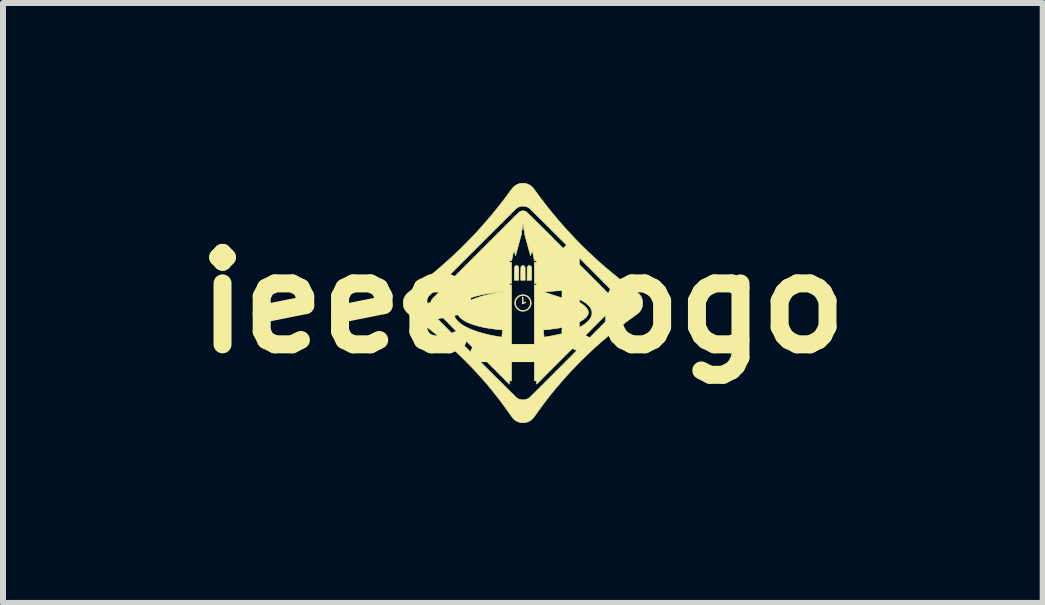
<source format=kicad_pcb>
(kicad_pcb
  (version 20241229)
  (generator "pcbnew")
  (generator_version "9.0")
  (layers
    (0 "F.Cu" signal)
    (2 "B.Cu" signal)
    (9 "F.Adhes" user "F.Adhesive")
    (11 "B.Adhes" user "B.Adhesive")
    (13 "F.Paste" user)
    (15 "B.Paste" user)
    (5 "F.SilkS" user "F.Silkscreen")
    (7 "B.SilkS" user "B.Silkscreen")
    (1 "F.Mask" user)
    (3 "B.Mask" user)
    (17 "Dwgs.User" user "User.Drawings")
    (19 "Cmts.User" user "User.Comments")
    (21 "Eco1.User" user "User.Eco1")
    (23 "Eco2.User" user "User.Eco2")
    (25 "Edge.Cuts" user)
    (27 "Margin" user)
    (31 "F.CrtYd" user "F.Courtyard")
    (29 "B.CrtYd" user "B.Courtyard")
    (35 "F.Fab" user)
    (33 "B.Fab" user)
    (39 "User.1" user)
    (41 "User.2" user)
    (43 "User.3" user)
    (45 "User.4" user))
  (footprint "ieee_logo"
    (layer "F.Cu")
    (at 5.668 2.002)
    (property "Reference" "ieee_logo" (at 0 0 0) (layer "F.SilkS") (effects (font (size 1.524 1.524) (thickness 0.3))))
    (attr through_hole)
    (fp_poly (pts (xy 0.003 -0.098) (xy 0.004 -0.05) (xy 0.005 -0.002) (xy 0.023 -0.009) (xy 0.032 -0.012) (xy 0.039 -0.015) (xy 0.043 -0.016) (xy 0.044 -0.016) (xy 0.046 -0.014) (xy 0.047 -0.01) (xy 0.048 -0.006) (xy 0.048 -0.005) (xy 0.045 -0.004) (xy 0.04 -0.002) (xy 0.031 0.001) (xy 0.021 0.005) (xy 0.019 0.005) (xy -0.009 0.016) (xy -0.009 -0.1) (xy 0.003 -0.098)) (stroke (width 0.01) (type solid)) (fill yes) (layer "F.SilkS"))
    (fp_poly (pts (xy 0.007 -0.624) (xy 0.018 -0.62) (xy 0.027 -0.613) (xy 0.032 -0.605) (xy 0.038 -0.595) (xy 0.039 -0.379) (xy -0.035 -0.379) (xy -0.035 -0.483) (xy -0.035 -0.513) (xy -0.034 -0.538) (xy -0.034 -0.559) (xy -0.034 -0.576) (xy -0.033 -0.588) (xy -0.032 -0.595) (xy -0.032 -0.597) (xy -0.028 -0.606) (xy -0.02 -0.615) (xy -0.011 -0.622) (xy -0.004 -0.624) (xy 0.007 -0.624)) (stroke (width 0.01) (type solid)) (fill yes) (layer "F.SilkS"))
    (fp_poly (pts (xy 0.118 -0.623) (xy 0.128 -0.618) (xy 0.131 -0.616) (xy 0.134 -0.613) (xy 0.137 -0.61) (xy 0.139 -0.607) (xy 0.141 -0.602) (xy 0.142 -0.596) (xy 0.143 -0.589) (xy 0.144 -0.58) (xy 0.145 -0.568) (xy 0.145 -0.553) (xy 0.145 -0.535) (xy 0.145 -0.513) (xy 0.145 -0.486) (xy 0.145 -0.379) (xy 0.071 -0.379) (xy 0.073 -0.595) (xy 0.079 -0.605) (xy 0.086 -0.615) (xy 0.096 -0.622) (xy 0.107 -0.624) (xy 0.118 -0.623)) (stroke (width 0.01) (type solid)) (fill yes) (layer "F.SilkS"))
    (fp_poly (pts (xy -0.096 -0.623) (xy -0.086 -0.617) (xy -0.084 -0.616) (xy -0.081 -0.613) (xy -0.078 -0.61) (xy -0.076 -0.607) (xy -0.074 -0.603) (xy -0.072 -0.599) (xy -0.071 -0.592) (xy -0.07 -0.584) (xy -0.07 -0.574) (xy -0.07 -0.56) (xy -0.069 -0.544) (xy -0.069 -0.524) (xy -0.069 -0.5) (xy -0.069 -0.379) (xy -0.141 -0.379) (xy -0.141 -0.485) (xy -0.141 -0.511) (xy -0.141 -0.533) (xy -0.141 -0.551) (xy -0.14 -0.566) (xy -0.14 -0.578) (xy -0.139 -0.587) (xy -0.138 -0.594) (xy -0.137 -0.6) (xy -0.136 -0.604) (xy -0.134 -0.608) (xy -0.131 -0.611) (xy -0.128 -0.614) (xy -0.128 -0.615) (xy -0.118 -0.622) (xy -0.107 -0.625) (xy -0.096 -0.623)) (stroke (width 0.01) (type solid)) (fill yes) (layer "F.SilkS"))
    (fp_poly (pts (xy 0.035 -0.134) (xy 0.059 -0.126) (xy 0.08 -0.114) (xy 0.099 -0.098) (xy 0.115 -0.079) (xy 0.127 -0.057) (xy 0.133 -0.042) (xy 0.138 -0.021) (xy 0.14 0.002) (xy 0.138 0.024) (xy 0.133 0.042) (xy 0.123 0.066) (xy 0.109 0.087) (xy 0.092 0.105) (xy 0.072 0.119) (xy 0.05 0.129) (xy 0.026 0.135) (xy 0.007 0.138) (xy -0.01 0.137) (xy -0.026 0.136) (xy -0.028 0.135) (xy -0.051 0.128) (xy -0.072 0.116) (xy -0.092 0.1) (xy -0.095 0.097) (xy -0.109 0.081) (xy -0.12 0.064) (xy -0.128 0.046) (xy -0.132 0.033) (xy -0.136 0.009) (xy -0.135 -0.003) (xy -0.123 -0.003) (xy -0.122 0.02) (xy -0.116 0.041) (xy -0.107 0.061) (xy -0.104 0.066) (xy -0.089 0.085) (xy -0.072 0.101) (xy -0.053 0.113) (xy -0.032 0.121) (xy -0.028 0.122) (xy -0.018 0.124) (xy -0.005 0.124) (xy 0.009 0.124) (xy 0.022 0.123) (xy 0.032 0.122) (xy 0.035 0.121) (xy 0.056 0.113) (xy 0.075 0.101) (xy 0.092 0.086) (xy 0.106 0.069) (xy 0.113 0.059) (xy 0.122 0.037) (xy 0.126 0.015) (xy 0.127 -0.008) (xy 0.124 -0.029) (xy 0.117 -0.05) (xy 0.106 -0.069) (xy 0.092 -0.086) (xy 0.075 -0.101) (xy 0.055 -0.113) (xy 0.034 -0.121) (xy 0.02 -0.124) (xy 0.003 -0.125) (xy -0.014 -0.124) (xy -0.03 -0.121) (xy -0.043 -0.117) (xy -0.065 -0.106) (xy -0.083 -0.092) (xy -0.099 -0.073) (xy -0.104 -0.066) (xy -0.114 -0.046) (xy -0.121 -0.025) (xy -0.123 -0.003) (xy -0.135 -0.003) (xy -0.135 -0.015) (xy -0.13 -0.04) (xy -0.121 -0.063) (xy -0.12 -0.065) (xy -0.111 -0.079) (xy -0.098 -0.094) (xy -0.084 -0.107) (xy -0.069 -0.118) (xy -0.06 -0.123) (xy -0.037 -0.132) (xy -0.014 -0.137) (xy 0.009 -0.138) (xy 0.035 -0.134)) (stroke (width 0.01) (type solid)) (fill yes) (layer "F.SilkS"))
    (fp_poly (pts (xy 0.034 -1.994) (xy 0.063 -1.988) (xy 0.092 -1.977) (xy 0.119 -1.963) (xy 0.145 -1.945) (xy 0.155 -1.935) (xy 0.161 -1.929) (xy 0.169 -1.92) (xy 0.178 -1.908) (xy 0.188 -1.895) (xy 0.199 -1.881) (xy 0.202 -1.877) (xy 0.293 -1.753) (xy 0.384 -1.634) (xy 0.477 -1.518) (xy 0.571 -1.404) (xy 0.667 -1.293) (xy 0.766 -1.184) (xy 0.868 -1.075) (xy 0.949 -0.992) (xy 1.078 -0.865) (xy 1.21 -0.741) (xy 1.344 -0.621) (xy 1.482 -0.505) (xy 1.622 -0.391) (xy 1.766 -0.281) (xy 1.848 -0.221) (xy 1.87 -0.205) (xy 1.889 -0.191) (xy 1.905 -0.179) (xy 1.917 -0.168) (xy 1.928 -0.159) (xy 1.937 -0.151) (xy 1.944 -0.144) (xy 1.951 -0.136) (xy 1.957 -0.128) (xy 1.957 -0.128) (xy 1.974 -0.101) (xy 1.986 -0.073) (xy 1.994 -0.043) (xy 1.998 -0.011) (xy 1.998 0.006) (xy 1.996 0.037) (xy 1.99 0.065) (xy 1.98 0.093) (xy 1.966 0.119) (xy 1.962 0.127) (xy 1.955 0.137) (xy 1.948 0.146) (xy 1.939 0.155) (xy 1.929 0.165) (xy 1.917 0.175) (xy 1.902 0.187) (xy 1.885 0.2) (xy 1.864 0.214) (xy 1.856 0.22) (xy 1.715 0.322) (xy 1.576 0.427) (xy 1.44 0.536) (xy 1.307 0.649) (xy 1.177 0.765) (xy 1.05 0.884) (xy 0.926 1.007) (xy 0.805 1.133) (xy 0.688 1.262) (xy 0.574 1.394) (xy 0.463 1.529) (xy 0.356 1.667) (xy 0.253 1.807) (xy 0.218 1.857) (xy 0.202 1.88) (xy 0.187 1.899) (xy 0.174 1.916) (xy 0.162 1.93) (xy 0.15 1.941) (xy 0.139 1.951) (xy 0.127 1.96) (xy 0.115 1.967) (xy 0.102 1.974) (xy 0.098 1.976) (xy 0.075 1.985) (xy 0.05 1.991) (xy 0.023 1.995) (xy -0.002 1.997) (xy -0.026 1.995) (xy -0.03 1.995) (xy -0.047 1.991) (xy -0.066 1.986) (xy -0.085 1.978) (xy -0.102 1.971) (xy -0.114 1.964) (xy -0.128 1.955) (xy -0.141 1.944) (xy -0.154 1.932) (xy -0.167 1.917) (xy -0.181 1.899) (xy -0.197 1.878) (xy -0.201 1.872) (xy -0.293 1.743) (xy -0.386 1.617) (xy -0.482 1.495) (xy -0.579 1.376) (xy -0.68 1.259) (xy -0.784 1.145) (xy -0.838 1.086) (xy -0.856 1.068) (xy -0.876 1.047) (xy -0.899 1.024) (xy -0.923 1) (xy -0.948 0.974) (xy -0.974 0.949) (xy -1 0.923) (xy -1.026 0.898) (xy -1.05 0.873) (xy -1.074 0.851) (xy -1.095 0.83) (xy -1.114 0.813) (xy -1.122 0.805) (xy -1.224 0.712) (xy -1.329 0.621) (xy -1.435 0.532) (xy -1.542 0.446) (xy -1.65 0.364) (xy -1.757 0.284) (xy -1.864 0.209) (xy -1.872 0.204) (xy -1.898 0.185) (xy -1.921 0.167) (xy -1.939 0.148) (xy -1.955 0.129) (xy -1.968 0.109) (xy -1.978 0.087) (xy -1.987 0.063) (xy -1.989 0.056) (xy -1.991 0.042) (xy -1.993 0.025) (xy -1.994 0.005) (xy -1.994 0) (xy -1.613 0) (xy -1.611 0.027) (xy -1.606 0.051) (xy -1.598 0.074) (xy -1.586 0.096) (xy -1.578 0.107) (xy -1.576 0.11) (xy -1.57 0.116) (xy -1.562 0.125) (xy -1.55 0.136) (xy -1.536 0.151) (xy -1.52 0.168) (xy -1.5 0.187) (xy -1.479 0.209) (xy -1.455 0.233) (xy -1.429 0.259) (xy -1.401 0.287) (xy -1.371 0.317) (xy -1.339 0.349) (xy -1.306 0.382) (xy -1.271 0.417) (xy -1.235 0.454) (xy -1.198 0.491) (xy -1.159 0.529) (xy -1.12 0.569) (xy -1.08 0.609) (xy -1.039 0.65) (xy -0.997 0.692) (xy -0.955 0.734) (xy -0.913 0.776) (xy -0.87 0.819) (xy -0.827 0.862) (xy -0.784 0.904) (xy -0.742 0.947) (xy -0.7 0.989) (xy -0.658 1.031) (xy -0.617 1.072) (xy -0.576 1.112) (xy -0.536 1.152) (xy -0.497 1.191) (xy -0.46 1.229) (xy -0.423 1.265) (xy -0.388 1.3) (xy -0.354 1.334) (xy -0.321 1.366) (xy -0.291 1.397) (xy -0.262 1.425) (xy -0.235 1.452) (xy -0.21 1.477) (xy -0.188 1.499) (xy -0.167 1.519) (xy -0.149 1.537) (xy -0.134 1.552) (xy -0.122 1.564) (xy -0.112 1.574) (xy -0.105 1.58) (xy -0.101 1.584) (xy -0.101 1.584) (xy -0.09 1.59) (xy -0.078 1.597) (xy -0.064 1.603) (xy -0.052 1.608) (xy -0.046 1.609) (xy -0.022 1.614) (xy 0.005 1.615) (xy 0.032 1.613) (xy 0.048 1.609) (xy 0.072 1.601) (xy 0.095 1.59) (xy 0.113 1.577) (xy 0.116 1.575) (xy 0.122 1.569) (xy 0.13 1.561) (xy 0.142 1.549) (xy 0.157 1.535) (xy 0.174 1.518) (xy 0.194 1.498) (xy 0.217 1.476) (xy 0.241 1.451) (xy 0.269 1.424) (xy 0.298 1.395) (xy 0.33 1.363) (xy 0.363 1.33) (xy 0.398 1.295) (xy 0.436 1.258) (xy 0.474 1.219) (xy 0.515 1.179) (xy 0.556 1.137) (xy 0.6 1.094) (xy 0.644 1.05) (xy 0.69 1.004) (xy 0.736 0.957) (xy 0.784 0.91) (xy 0.832 0.862) (xy 0.853 0.84) (xy 0.912 0.781) (xy 0.968 0.726) (xy 1.02 0.674) (xy 1.069 0.624) (xy 1.116 0.578) (xy 1.16 0.534) (xy 1.2 0.493) (xy 1.239 0.454) (xy 1.275 0.419) (xy 1.308 0.385) (xy 1.339 0.354) (xy 1.367 0.325) (xy 1.394 0.299) (xy 1.418 0.274) (xy 1.441 0.252) (xy 1.461 0.231) (xy 1.48 0.212) (xy 1.497 0.195) (xy 1.512 0.179) (xy 1.526 0.165) (xy 1.538 0.152) (xy 1.549 0.141) (xy 1.558 0.131) (xy 1.566 0.122) (xy 1.574 0.114) (xy 1.58 0.107) (xy 1.585 0.1) (xy 1.589 0.095) (xy 1.593 0.09) (xy 1.596 0.086) (xy 1.598 0.083) (xy 1.6 0.079) (xy 1.602 0.076) (xy 1.603 0.074) (xy 1.604 0.071) (xy 1.605 0.069) (xy 1.606 0.066) (xy 1.606 0.063) (xy 1.607 0.06) (xy 1.608 0.058) (xy 1.611 0.051) (xy 1.613 0.044) (xy 1.614 0.038) (xy 1.615 0.031) (xy 1.615 0.022) (xy 1.615 0.011) (xy 1.615 0) (xy 1.615 -0.014) (xy 1.615 -0.025) (xy 1.614 -0.033) (xy 1.614 -0.04) (xy 1.612 -0.046) (xy 1.61 -0.052) (xy 1.608 -0.058) (xy 1.607 -0.061) (xy 1.606 -0.064) (xy 1.605 -0.067) (xy 1.604 -0.07) (xy 1.604 -0.072) (xy 1.603 -0.075) (xy 1.601 -0.078) (xy 1.6 -0.081) (xy 1.598 -0.084) (xy 1.595 -0.088) (xy 1.592 -0.092) (xy 1.588 -0.097) (xy 1.583 -0.103) (xy 1.577 -0.109) (xy 1.571 -0.117) (xy 1.563 -0.125) (xy 1.554 -0.134) (xy 1.544 -0.145) (xy 1.533 -0.157) (xy 1.52 -0.17) (xy 1.506 -0.185) (xy 1.49 -0.201) (xy 1.473 -0.219) (xy 1.453 -0.239) (xy 1.432 -0.26) (xy 1.409 -0.284) (xy 1.384 -0.309) (xy 1.356 -0.336) (xy 1.327 -0.366) (xy 1.295 -0.398) (xy 1.261 -0.432) (xy 1.224 -0.469) (xy 1.185 -0.509) (xy 1.143 -0.551) (xy 1.098 -0.596) (xy 1.05 -0.643) (xy 1 -0.694) (xy 0.946 -0.747) (xy 0.889 -0.804) (xy 0.853 -0.84) (xy 0.805 -0.889) (xy 0.757 -0.937) (xy 0.71 -0.984) (xy 0.664 -1.03) (xy 0.619 -1.074) (xy 0.575 -1.118) (xy 0.533 -1.16) (xy 0.492 -1.201) (xy 0.453 -1.241) (xy 0.415 -1.278) (xy 0.378 -1.315) (xy 0.344 -1.349) (xy 0.312 -1.381) (xy 0.281 -1.411) (xy 0.253 -1.439) (xy 0.227 -1.465) (xy 0.204 -1.488) (xy 0.183 -1.509) (xy 0.164 -1.528) (xy 0.148 -1.543) (xy 0.135 -1.556) (xy 0.125 -1.566) (xy 0.118 -1.573) (xy 0.114 -1.577) (xy 0.113 -1.577) (xy 0.09 -1.593) (xy 0.065 -1.604) (xy 0.039 -1.611) (xy 0.011 -1.614) (xy 0.002 -1.615) (xy -0.026 -1.613) (xy -0.053 -1.607) (xy -0.078 -1.597) (xy -0.101 -1.584) (xy -0.103 -1.582) (xy -0.109 -1.576) (xy -0.118 -1.568) (xy -0.129 -1.557) (xy -0.143 -1.543) (xy -0.16 -1.526) (xy -0.18 -1.507) (xy -0.201 -1.485) (xy -0.225 -1.462) (xy -0.251 -1.436) (xy -0.28 -1.408) (xy -0.31 -1.378) (xy -0.341 -1.346) (xy -0.375 -1.313) (xy -0.409 -1.279) (xy -0.446 -1.243) (xy -0.483 -1.205) (xy -0.521 -1.167) (xy -0.561 -1.128) (xy -0.601 -1.087) (xy -0.642 -1.047) (xy -0.684 -1.005) (xy -0.726 -0.963) (xy -0.768 -0.921) (xy -0.811 -0.878) (xy -0.854 -0.835) (xy -0.896 -0.793) (xy -0.939 -0.75) (xy -0.981 -0.708) (xy -1.023 -0.666) (xy -1.064 -0.625) (xy -1.105 -0.584) (xy -1.144 -0.544) (xy -1.183 -0.505) (xy -1.221 -0.468) (xy -1.258 -0.431) (xy -1.293 -0.396) (xy -1.327 -0.362) (xy -1.359 -0.329) (xy -1.389 -0.299) (xy -1.418 -0.27) (xy -1.445 -0.243) (xy -1.47 -0.218) (xy -1.492 -0.195) (xy -1.512 -0.175) (xy -1.53 -0.157) (xy -1.545 -0.141) (xy -1.558 -0.129) (xy -1.567 -0.119) (xy -1.574 -0.112) (xy -1.578 -0.108) (xy -1.578 -0.107) (xy -1.592 -0.085) (xy -1.603 -0.062) (xy -1.609 -0.039) (xy -1.612 -0.014) (xy -1.613 0) (xy -1.994 0) (xy -1.994 -0.014) (xy -1.992 -0.032) (xy -1.99 -0.048) (xy -1.989 -0.054) (xy -1.978 -0.086) (xy -1.963 -0.114) (xy -1.945 -0.14) (xy -1.93 -0.157) (xy -1.924 -0.163) (xy -1.914 -0.171) (xy -1.902 -0.18) (xy -1.889 -0.19) (xy -1.876 -0.2) (xy -1.874 -0.202) (xy -1.726 -0.312) (xy -1.581 -0.426) (xy -1.439 -0.542) (xy -1.3 -0.663) (xy -1.164 -0.786) (xy -1.031 -0.912) (xy -0.902 -1.042) (xy -0.776 -1.174) (xy -0.654 -1.31) (xy -0.535 -1.448) (xy -0.42 -1.588) (xy -0.309 -1.731) (xy -0.213 -1.861) (xy -0.202 -1.876) (xy -0.191 -1.89) (xy -0.181 -1.903) (xy -0.172 -1.915) (xy -0.164 -1.924) (xy -0.16 -1.929) (xy -0.136 -1.95) (xy -0.11 -1.967) (xy -0.083 -1.98) (xy -0.055 -1.99) (xy -0.025 -1.995) (xy 0.004 -1.997) (xy 0.034 -1.994)) (stroke (width 0.01) (type solid)) (fill yes) (layer "F.SilkS"))
    (fp_poly (pts (xy 0.02 -1.535) (xy 0.042 -1.529) (xy 0.049 -1.526) (xy 0.051 -1.525) (xy 0.052 -1.524) (xy 0.054 -1.522) (xy 0.057 -1.52) (xy 0.061 -1.517) (xy 0.065 -1.513) (xy 0.07 -1.508) (xy 0.076 -1.503) (xy 0.083 -1.496) (xy 0.091 -1.488) (xy 0.101 -1.479) (xy 0.111 -1.469) (xy 0.123 -1.457) (xy 0.137 -1.444) (xy 0.152 -1.429) (xy 0.169 -1.412) (xy 0.187 -1.394) (xy 0.207 -1.374) (xy 0.23 -1.352) (xy 0.254 -1.328) (xy 0.28 -1.302) (xy 0.309 -1.273) (xy 0.34 -1.243) (xy 0.373 -1.209) (xy 0.409 -1.174) (xy 0.447 -1.136) (xy 0.488 -1.095) (xy 0.531 -1.051) (xy 0.578 -1.005) (xy 0.627 -0.956) (xy 0.679 -0.903) (xy 0.735 -0.848) (xy 0.786 -0.797) (xy 0.834 -0.748) (xy 0.882 -0.701) (xy 0.929 -0.654) (xy 0.975 -0.608) (xy 1.02 -0.563) (xy 1.063 -0.52) (xy 1.105 -0.478) (xy 1.146 -0.437) (xy 1.185 -0.397) (xy 1.223 -0.36) (xy 1.259 -0.324) (xy 1.293 -0.29) (xy 1.325 -0.257) (xy 1.355 -0.227) (xy 1.382 -0.199) (xy 1.408 -0.174) (xy 1.431 -0.15) (xy 1.452 -0.13) (xy 1.47 -0.111) (xy 1.485 -0.096) (xy 1.498 -0.083) (xy 1.508 -0.073) (xy 1.514 -0.066) (xy 1.518 -0.062) (xy 1.518 -0.062) (xy 1.529 -0.044) (xy 1.536 -0.024) (xy 1.539 -0.003) (xy 1.537 0.017) (xy 1.532 0.037) (xy 1.522 0.056) (xy 1.518 0.062) (xy 1.516 0.064) (xy 1.51 0.07) (xy 1.502 0.079) (xy 1.49 0.09) (xy 1.476 0.105) (xy 1.459 0.122) (xy 1.44 0.142) (xy 1.418 0.164) (xy 1.393 0.189) (xy 1.367 0.216) (xy 1.338 0.245) (xy 1.307 0.276) (xy 1.274 0.308) (xy 1.24 0.343) (xy 1.203 0.379) (xy 1.166 0.417) (xy 1.126 0.457) (xy 1.086 0.497) (xy 1.044 0.539) (xy 1.001 0.582) (xy 0.957 0.626) (xy 0.912 0.671) (xy 0.868 0.715) (xy 0.229 1.354) (xy 0.229 1.298) (xy 0.211 1.297) (xy 0.193 1.297) (xy 0.192 0.498) (xy 0.192 0.449) (xy 0.341 0.449) (xy 0.342 0.457) (xy 0.343 0.462) (xy 0.344 0.47) (xy 0.345 0.482) (xy 0.347 0.495) (xy 0.348 0.511) (xy 0.349 0.517) (xy 0.354 0.569) (xy 0.368 0.567) (xy 0.374 0.566) (xy 0.384 0.565) (xy 0.397 0.563) (xy 0.412 0.56) (xy 0.428 0.558) (xy 0.438 0.556) (xy 0.506 0.544) (xy 0.571 0.53) (xy 0.634 0.516) (xy 0.694 0.499) (xy 0.752 0.482) (xy 0.806 0.464) (xy 0.856 0.444) (xy 0.904 0.424) (xy 0.947 0.403) (xy 0.987 0.381) (xy 1.023 0.358) (xy 1.054 0.335) (xy 1.081 0.311) (xy 1.082 0.31) (xy 1.104 0.286) (xy 1.122 0.262) (xy 1.136 0.238) (xy 1.146 0.213) (xy 1.151 0.188) (xy 1.152 0.166) (xy 1.151 0.145) (xy 1.148 0.126) (xy 1.141 0.108) (xy 1.136 0.096) (xy 1.121 0.071) (xy 1.102 0.047) (xy 1.078 0.024) (xy 1.05 0.001) (xy 1.018 -0.02) (xy 0.981 -0.04) (xy 0.941 -0.06) (xy 0.896 -0.078) (xy 0.847 -0.095) (xy 0.795 -0.111) (xy 0.738 -0.126) (xy 0.723 -0.13) (xy 0.68 -0.14) (xy 0.669 -0.174) (xy 0.666 -0.186) (xy 0.662 -0.196) (xy 0.66 -0.204) (xy 0.658 -0.208) (xy 0.658 -0.209) (xy 0.655 -0.209) (xy 0.649 -0.209) (xy 0.639 -0.208) (xy 0.625 -0.207) (xy 0.609 -0.206) (xy 0.59 -0.204) (xy 0.57 -0.203) (xy 0.548 -0.201) (xy 0.526 -0.199) (xy 0.503 -0.197) (xy 0.48 -0.196) (xy 0.457 -0.194) (xy 0.436 -0.192) (xy 0.415 -0.19) (xy 0.397 -0.189) (xy 0.381 -0.187) (xy 0.368 -0.186) (xy 0.358 -0.185) (xy 0.352 -0.184) (xy 0.35 -0.184) (xy 0.352 -0.183) (xy 0.358 -0.181) (xy 0.367 -0.178) (xy 0.38 -0.174) (xy 0.395 -0.168) (xy 0.413 -0.162) (xy 0.433 -0.156) (xy 0.455 -0.149) (xy 0.478 -0.141) (xy 0.501 -0.133) (xy 0.525 -0.126) (xy 0.549 -0.118) (xy 0.573 -0.11) (xy 0.596 -0.103) (xy 0.617 -0.096) (xy 0.637 -0.089) (xy 0.655 -0.084) (xy 0.671 -0.079) (xy 0.684 -0.075) (xy 0.693 -0.072) (xy 0.699 -0.07) (xy 0.701 -0.069) (xy 0.702 -0.071) (xy 0.701 -0.078) (xy 0.698 -0.088) (xy 0.697 -0.089) (xy 0.694 -0.098) (xy 0.692 -0.105) (xy 0.691 -0.11) (xy 0.691 -0.11) (xy 0.694 -0.11) (xy 0.701 -0.109) (xy 0.711 -0.106) (xy 0.723 -0.102) (xy 0.738 -0.097) (xy 0.755 -0.092) (xy 0.772 -0.085) (xy 0.79 -0.079) (xy 0.809 -0.072) (xy 0.826 -0.065) (xy 0.843 -0.059) (xy 0.858 -0.053) (xy 0.865 -0.049) (xy 0.904 -0.032) (xy 0.939 -0.013) (xy 0.971 0.006) (xy 1 0.026) (xy 1.025 0.046) (xy 1.046 0.066) (xy 1.063 0.086) (xy 1.077 0.106) (xy 1.086 0.126) (xy 1.091 0.146) (xy 1.092 0.165) (xy 1.09 0.175) (xy 1.083 0.196) (xy 1.072 0.216) (xy 1.057 0.236) (xy 1.037 0.255) (xy 1.013 0.274) (xy 0.986 0.292) (xy 0.954 0.309) (xy 0.92 0.326) (xy 0.881 0.342) (xy 0.839 0.358) (xy 0.795 0.372) (xy 0.747 0.385) (xy 0.696 0.398) (xy 0.643 0.409) (xy 0.587 0.42) (xy 0.528 0.429) (xy 0.467 0.436) (xy 0.439 0.44) (xy 0.422 0.441) (xy 0.405 0.443) (xy 0.39 0.445) (xy 0.376 0.446) (xy 0.366 0.447) (xy 0.363 0.447) (xy 0.341 0.449) (xy 0.192 0.449) (xy 0.192 -0.3) (xy 0.226 -0.3) (xy 0.226 -0.325) (xy 0.21 -0.326) (xy 0.193 -0.327) (xy 0.193 -0.678) (xy 0.21 -0.678) (xy 0.226 -0.679) (xy 0.226 -0.704) (xy 0.193 -0.704) (xy 0.179 -0.773) (xy 0.175 -0.795) (xy 0.171 -0.812) (xy 0.168 -0.826) (xy 0.165 -0.836) (xy 0.163 -0.842) (xy 0.162 -0.845) (xy 0.162 -0.846) (xy 0.159 -0.85) (xy 0.157 -0.857) (xy 0.156 -0.862) (xy 0.155 -0.868) (xy 0.153 -0.871) (xy 0.152 -0.868) (xy 0.15 -0.861) (xy 0.149 -0.856) (xy 0.147 -0.849) (xy 0.145 -0.845) (xy 0.144 -0.845) (xy 0.143 -0.843) (xy 0.14 -0.836) (xy 0.138 -0.825) (xy 0.136 -0.818) (xy 0.134 -0.807) (xy 0.132 -0.798) (xy 0.13 -0.791) (xy 0.13 -0.788) (xy 0.129 -0.79) (xy 0.127 -0.796) (xy 0.124 -0.805) (xy 0.12 -0.818) (xy 0.115 -0.835) (xy 0.11 -0.854) (xy 0.104 -0.876) (xy 0.097 -0.899) (xy 0.09 -0.925) (xy 0.083 -0.952) (xy 0.079 -0.966) (xy 0.03 -1.146) (xy 0.03 -1.177) (xy 0.03 -1.189) (xy 0.03 -1.198) (xy 0.029 -1.203) (xy 0.029 -1.206) (xy 0.027 -1.207) (xy 0.026 -1.208) (xy 0.021 -1.209) (xy 0.02 -1.212) (xy 0.019 -1.215) (xy 0.018 -1.222) (xy 0.017 -1.233) (xy 0.015 -1.246) (xy 0.013 -1.261) (xy 0.011 -1.276) (xy 0.009 -1.292) (xy 0.007 -1.307) (xy 0.006 -1.319) (xy 0.004 -1.328) (xy 0.003 -1.334) (xy 0.003 -1.336) (xy 0.003 -1.334) (xy 0.002 -1.328) (xy 0.000332 -1.318) (xy -0.001 -1.307) (xy -0.003 -1.293) (xy -0.005 -1.279) (xy -0.007 -1.264) (xy -0.009 -1.249) (xy -0.011 -1.236) (xy -0.012 -1.225) (xy -0.013 -1.216) (xy -0.014 -1.211) (xy -0.014 -1.209) (xy -0.016 -1.208) (xy -0.018 -1.208) (xy -0.02 -1.207) (xy -0.022 -1.206) (xy -0.022 -1.203) (xy -0.023 -1.197) (xy -0.023 -1.188) (xy -0.023 -1.179) (xy -0.023 -1.151) (xy -0.072 -0.969) (xy -0.08 -0.941) (xy -0.087 -0.914) (xy -0.094 -0.889) (xy -0.1 -0.866) (xy -0.106 -0.846) (xy -0.111 -0.827) (xy -0.115 -0.812) (xy -0.119 -0.8) (xy -0.121 -0.792) (xy -0.122 -0.788) (xy -0.123 -0.787) (xy -0.123 -0.79) (xy -0.125 -0.795) (xy -0.127 -0.804) (xy -0.129 -0.814) (xy -0.129 -0.815) (xy -0.132 -0.828) (xy -0.135 -0.838) (xy -0.137 -0.844) (xy -0.139 -0.846) (xy -0.142 -0.851) (xy -0.143 -0.856) (xy -0.144 -0.863) (xy -0.145 -0.868) (xy -0.146 -0.871) (xy -0.147 -0.87) (xy -0.149 -0.866) (xy -0.15 -0.86) (xy -0.152 -0.852) (xy -0.154 -0.847) (xy -0.156 -0.845) (xy -0.157 -0.843) (xy -0.159 -0.836) (xy -0.162 -0.825) (xy -0.166 -0.809) (xy -0.17 -0.79) (xy -0.172 -0.779) (xy -0.175 -0.762) (xy -0.178 -0.746) (xy -0.181 -0.732) (xy -0.183 -0.721) (xy -0.185 -0.713) (xy -0.186 -0.709) (xy -0.186 -0.708) (xy -0.188 -0.706) (xy -0.191 -0.705) (xy -0.197 -0.704) (xy -0.205 -0.704) (xy -0.222 -0.704) (xy -0.222 -0.679) (xy -0.189 -0.679) (xy -0.189 -0.326) (xy -0.222 -0.326) (xy -0.222 -0.3) (xy -0.189 -0.3) (xy -0.189 1.298) (xy -0.224 1.298) (xy -0.225 1.353) (xy -0.872 0.706) (xy -0.927 0.651) (xy -0.978 0.6) (xy -1.027 0.551) (xy -1.072 0.506) (xy -1.115 0.463) (xy -1.155 0.423) (xy -1.192 0.386) (xy -1.226 0.351) (xy -1.258 0.319) (xy -1.288 0.289) (xy -1.315 0.262) (xy -1.341 0.237) (xy -1.364 0.213) (xy -1.384 0.192) (xy -1.404 0.173) (xy -1.418 0.159) (xy -1.148 0.159) (xy -1.148 0.175) (xy -1.147 0.19) (xy -1.145 0.203) (xy -1.144 0.205) (xy -1.135 0.233) (xy -1.12 0.259) (xy -1.102 0.285) (xy -1.078 0.31) (xy -1.05 0.335) (xy -1.018 0.359) (xy -0.981 0.382) (xy -0.939 0.405) (xy -0.927 0.411) (xy -0.876 0.434) (xy -0.822 0.456) (xy -0.763 0.477) (xy -0.7 0.497) (xy -0.634 0.514) (xy -0.565 0.531) (xy -0.493 0.546) (xy -0.42 0.559) (xy -0.406 0.561) (xy -0.394 0.563) (xy -0.383 0.565) (xy -0.376 0.566) (xy -0.372 0.566) (xy -0.366 0.567) (xy -0.359 0.568) (xy -0.354 0.568) (xy -0.351 0.568) (xy -0.351 0.567) (xy -0.35 0.564) (xy -0.349 0.557) (xy -0.348 0.548) (xy -0.347 0.536) (xy -0.346 0.522) (xy -0.344 0.508) (xy -0.343 0.494) (xy -0.342 0.48) (xy -0.34 0.469) (xy -0.34 0.459) (xy -0.339 0.453) (xy -0.339 0.45) (xy -0.339 0.45) (xy -0.342 0.449) (xy -0.348 0.448) (xy -0.358 0.447) (xy -0.37 0.446) (xy -0.384 0.445) (xy -0.386 0.445) (xy -0.45 0.438) (xy -0.513 0.43) (xy -0.574 0.421) (xy -0.632 0.411) (xy -0.687 0.399) (xy -0.74 0.386) (xy -0.79 0.372) (xy -0.837 0.357) (xy -0.881 0.341) (xy -0.921 0.324) (xy -0.957 0.306) (xy -0.989 0.287) (xy -1.017 0.268) (xy -1.041 0.247) (xy -1.045 0.244) (xy -1.055 0.233) (xy -1.063 0.224) (xy -1.069 0.216) (xy -1.074 0.206) (xy -1.076 0.202) (xy -1.081 0.192) (xy -1.084 0.184) (xy -1.086 0.176) (xy -1.087 0.167) (xy -1.087 0.164) (xy -1.087 0.152) (xy -1.086 0.143) (xy -1.084 0.133) (xy -1.083 0.129) (xy -1.074 0.108) (xy -1.06 0.086) (xy -1.042 0.065) (xy -1.02 0.044) (xy -0.994 0.024) (xy -0.964 0.004) (xy -0.93 -0.016) (xy -0.892 -0.035) (xy -0.852 -0.053) (xy -0.808 -0.071) (xy -0.76 -0.088) (xy -0.71 -0.105) (xy -0.657 -0.12) (xy -0.601 -0.135) (xy -0.543 -0.148) (xy -0.482 -0.16) (xy -0.419 -0.172) (xy -0.402 -0.175) (xy -0.387 -0.177) (xy -0.374 -0.179) (xy -0.363 -0.181) (xy -0.355 -0.183) (xy -0.35 -0.184) (xy -0.349 -0.184) (xy -0.352 -0.184) (xy -0.358 -0.184) (xy -0.368 -0.183) (xy -0.381 -0.182) (xy -0.396 -0.18) (xy -0.412 -0.179) (xy -0.429 -0.177) (xy -0.447 -0.175) (xy -0.464 -0.173) (xy -0.481 -0.172) (xy -0.495 -0.17) (xy -0.496 -0.17) (xy -0.561 -0.161) (xy -0.623 -0.15) (xy -0.684 -0.138) (xy -0.742 -0.124) (xy -0.797 -0.11) (xy -0.848 -0.094) (xy -0.895 -0.077) (xy -0.904 -0.074) (xy -0.921 -0.067) (xy -0.939 -0.058) (xy -0.959 -0.049) (xy -0.979 -0.039) (xy -0.997 -0.029) (xy -1.013 -0.02) (xy -1.027 -0.012) (xy -1.028 -0.011) (xy -1.059 0.011) (xy -1.085 0.034) (xy -1.107 0.058) (xy -1.125 0.082) (xy -1.138 0.108) (xy -1.146 0.132) (xy -1.148 0.144) (xy -1.148 0.159) (xy -1.418 0.159) (xy -1.421 0.156) (xy -1.436 0.14) (xy -1.45 0.126) (xy -1.462 0.114) (xy -1.473 0.102) (xy -1.483 0.093) (xy -1.491 0.084) (xy -1.498 0.077) (xy -1.504 0.07) (xy -1.509 0.065) (xy -1.513 0.06) (xy -1.516 0.057) (xy -1.519 0.053) (xy -1.521 0.051) (xy -1.522 0.049) (xy -1.524 0.047) (xy -1.524 0.045) (xy -1.525 0.044) (xy -1.532 0.023) (xy -1.535 0.002) (xy -1.533 -0.018) (xy -1.527 -0.039) (xy -1.524 -0.046) (xy -1.523 -0.047) (xy -1.523 -0.048) (xy -1.521 -0.05) (xy -1.52 -0.052) (xy -1.518 -0.055) (xy -1.515 -0.058) (xy -1.512 -0.062) (xy -1.508 -0.066) (xy -1.503 -0.071) (xy -1.497 -0.078) (xy -1.49 -0.085) (xy -1.483 -0.093) (xy -1.473 -0.102) (xy -1.463 -0.113) (xy -1.451 -0.125) (xy -1.438 -0.138) (xy -1.423 -0.153) (xy -1.407 -0.17) (xy -1.389 -0.188) (xy -1.369 -0.209) (xy -1.347 -0.231) (xy -1.323 -0.255) (xy -1.297 -0.281) (xy -1.269 -0.309) (xy -1.238 -0.34) (xy -1.205 -0.373) (xy -1.17 -0.408) (xy -1.132 -0.446) (xy -1.092 -0.486) (xy -1.048 -0.53) (xy -1.002 -0.576) (xy -0.954 -0.625) (xy -0.902 -0.676) (xy -0.847 -0.731) (xy -0.788 -0.79) (xy -0.788 -0.79) (xy -0.73 -0.848) (xy -0.675 -0.903) (xy -0.623 -0.955) (xy -0.574 -1.004) (xy -0.528 -1.05) (xy -0.484 -1.094) (xy -0.444 -1.134) (xy -0.406 -1.172) (xy -0.37 -1.207) (xy -0.337 -1.24) (xy -0.307 -1.271) (xy -0.279 -1.299) (xy -0.252 -1.325) (xy -0.228 -1.349) (xy -0.206 -1.371) (xy -0.186 -1.391) (xy -0.168 -1.409) (xy -0.151 -1.426) (xy -0.136 -1.44) (xy -0.123 -1.454) (xy -0.111 -1.465) (xy -0.1 -1.476) (xy -0.091 -1.485) (xy -0.082 -1.493) (xy -0.075 -1.5) (xy -0.069 -1.505) (xy -0.064 -1.51) (xy -0.059 -1.514) (xy -0.056 -1.518) (xy -0.053 -1.52) (xy -0.05 -1.522) (xy -0.048 -1.524) (xy -0.046 -1.525) (xy -0.045 -1.526) (xy -0.043 -1.526) (xy -0.022 -1.534) (xy -0.001 -1.537) (xy 0.02 -1.535)) (stroke (width 0.01) (type solid)) (fill yes) (layer "F.SilkS")))
  (gr_rect
    (start -3 -3)
    (end 14.336 7.003)
    (stroke (width 0.1) (type default))
    (fill no)
    (layer "Edge.Cuts")))
</source>
